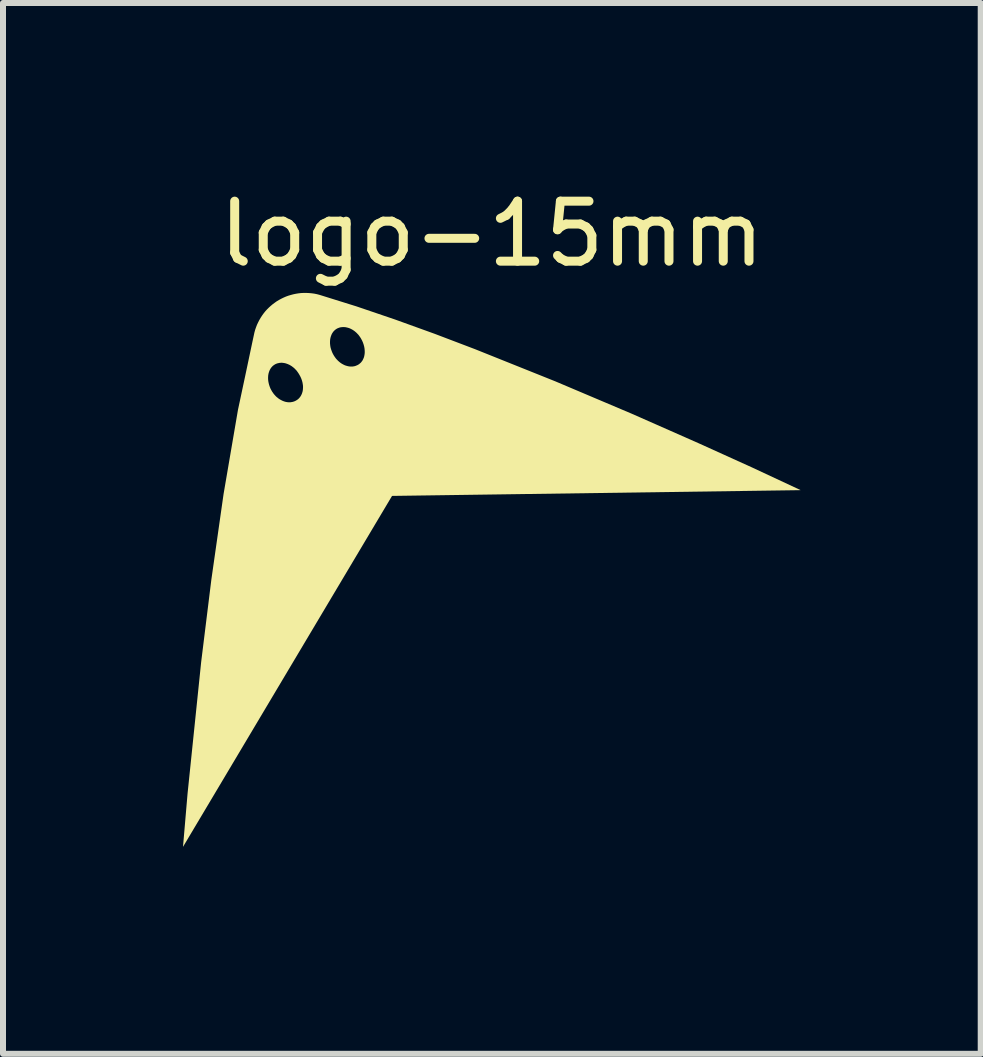
<source format=kicad_pcb>
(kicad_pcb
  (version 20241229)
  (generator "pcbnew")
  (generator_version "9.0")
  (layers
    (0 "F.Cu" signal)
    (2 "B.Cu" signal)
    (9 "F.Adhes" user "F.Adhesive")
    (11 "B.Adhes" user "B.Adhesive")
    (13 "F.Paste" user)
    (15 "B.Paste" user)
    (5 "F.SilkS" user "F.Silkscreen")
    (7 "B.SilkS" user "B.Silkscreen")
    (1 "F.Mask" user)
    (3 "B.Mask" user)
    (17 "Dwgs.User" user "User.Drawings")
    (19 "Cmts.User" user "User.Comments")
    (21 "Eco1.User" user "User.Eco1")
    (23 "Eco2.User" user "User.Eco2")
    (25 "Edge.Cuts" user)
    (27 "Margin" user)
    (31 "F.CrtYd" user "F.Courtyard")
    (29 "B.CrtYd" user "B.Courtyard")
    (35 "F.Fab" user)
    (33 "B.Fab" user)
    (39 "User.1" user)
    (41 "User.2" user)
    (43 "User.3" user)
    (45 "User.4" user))
  (footprint "logo-15mm"
    (layer "F.Cu")
    (at 5.147 6.448)
    (property "Reference" "logo-15mm" (at 0 -5.6 0) (unlocked yes) (layer "F.SilkS") (effects (font (size 1 1) (thickness 0.15))))
    (attr smd board_only exclude_from_bom)
    (fp_poly (pts (xy -0.467 -0.808) (xy -0.464 -0.787) (xy -0.461 -0.767) (xy -0.458 -0.747) (xy -0.456 -0.726) (xy -0.454 -0.706) (xy -0.452 -0.666) (xy -0.451 -0.626) (xy -0.451 -0.585) (xy -0.453 -0.545) (xy -0.456 -0.503) (xy -0.458 -0.469) (xy -0.459 -0.434) (xy -0.459 -0.401) (xy -0.459 -0.368) (xy -0.457 -0.304) (xy -0.453 -0.243) (xy -0.448 -0.185) (xy -0.441 -0.131) (xy -0.433 -0.08) (xy -0.425 -0.034) (xy -0.416 0.008) (xy -0.408 0.045) (xy -0.4 0.078) (xy -0.392 0.105) (xy -0.381 0.142) (xy -0.376 0.155) (xy -0.387 0.15) (xy -0.418 0.134) (xy -0.438 0.122) (xy -0.462 0.106) (xy -0.488 0.086) (xy -0.516 0.063) (xy -0.545 0.036) (xy -0.575 0.006) (xy -0.605 -0.03) (xy -0.634 -0.069) (xy -0.648 -0.09) (xy -0.662 -0.113) (xy -0.676 -0.136) (xy -0.689 -0.161) (xy -0.701 -0.187) (xy -0.712 -0.215) (xy -0.723 -0.243) (xy -0.734 -0.273) (xy -0.741 -0.233) (xy -0.746 -0.192) (xy -0.75 -0.152) (xy -0.753 -0.111) (xy -0.754 -0.071) (xy -0.753 -0.03) (xy -0.751 0.01) (xy -0.748 0.05) (xy -0.739 0.129) (xy -0.725 0.207) (xy -0.707 0.282) (xy -0.686 0.355) (xy -0.662 0.424) (xy -0.637 0.49) (xy -0.61 0.551) (xy -0.582 0.608) (xy -0.553 0.659) (xy -0.525 0.704) (xy -0.498 0.743) (xy -0.472 0.775) (xy -0.519 0.769) (xy -0.566 0.761) (xy -0.613 0.752) (xy -0.66 0.74) (xy -0.707 0.726) (xy -0.755 0.711) (xy -0.849 0.675) (xy -0.942 0.632) (xy -1.035 0.584) (xy -1.126 0.53) (xy -1.215 0.471) (xy -1.302 0.408) (xy -1.386 0.341) (xy -1.468 0.271) (xy -1.546 0.199) (xy -1.621 0.124) (xy -1.692 0.048) (xy -1.759 -0.029) (xy -1.821 -0.106) (xy -1.392 -0.821) (xy -0.472 -0.829)) (stroke (width 0) (type solid)) (fill yes) (layer "F.Mask"))
    (fp_poly (pts (xy -0.448 -0.804) (xy -0.445 -0.784) (xy -0.442 -0.763) (xy -0.439 -0.743) (xy -0.437 -0.723) (xy -0.435 -0.702) (xy -0.433 -0.662) (xy -0.432 -0.622) (xy -0.432 -0.582) (xy -0.434 -0.541) (xy -0.437 -0.5) (xy -0.438 -0.465) (xy -0.44 -0.431) (xy -0.44 -0.397) (xy -0.44 -0.364) (xy -0.438 -0.3) (xy -0.434 -0.239) (xy -0.429 -0.181) (xy -0.422 -0.127) (xy -0.414 -0.077) (xy -0.406 -0.03) (xy -0.397 0.012) (xy -0.389 0.049) (xy -0.38 0.082) (xy -0.373 0.109) (xy -0.362 0.146) (xy -0.357 0.159) (xy -0.368 0.154) (xy -0.399 0.138) (xy -0.419 0.125) (xy -0.443 0.109) (xy -0.469 0.09) (xy -0.497 0.067) (xy -0.526 0.04) (xy -0.556 0.009) (xy -0.586 -0.026) (xy -0.615 -0.065) (xy -0.629 -0.086) (xy -0.643 -0.109) (xy -0.657 -0.133) (xy -0.669 -0.157) (xy -0.682 -0.184) (xy -0.693 -0.211) (xy -0.704 -0.239) (xy -0.714 -0.269) (xy -0.722 -0.229) (xy -0.727 -0.189) (xy -0.731 -0.148) (xy -0.734 -0.107) (xy -0.735 -0.067) (xy -0.734 -0.026) (xy -0.732 0.014) (xy -0.729 0.054) (xy -0.72 0.133) (xy -0.706 0.211) (xy -0.688 0.286) (xy -0.667 0.359) (xy -0.643 0.428) (xy -0.618 0.494) (xy -0.591 0.555) (xy -0.563 0.611) (xy -0.534 0.662) (xy -0.506 0.708) (xy -0.479 0.746) (xy -0.452 0.778) (xy -0.499 0.773) (xy -0.547 0.765) (xy -0.594 0.755) (xy -0.641 0.744) (xy -0.688 0.73) (xy -0.736 0.715) (xy -0.83 0.679) (xy -0.923 0.636) (xy -1.015 0.588) (xy -1.106 0.534) (xy -1.196 0.475) (xy -1.283 0.412) (xy -1.367 0.345) (xy -1.449 0.275) (xy -1.527 0.202) (xy -1.602 0.128) (xy -1.673 0.052) (xy -1.74 -0.025) (xy -1.802 -0.103) (xy -1.373 -0.817) (xy -0.453 -0.825)) (stroke (width 0) (type solid)) (fill yes) (layer "F.Mask"))
    (fp_poly (pts (xy 1.346 0.021) (xy 1.93 0.06) (xy 2.478 0.088) (xy 2.764 0.097) (xy 3.037 0.1) (xy 2.584 0.204) (xy 2.375 0.255) (xy 2.177 0.305) (xy 1.989 0.355) (xy 1.812 0.405) (xy 1.646 0.454) (xy 1.489 0.505) (xy 1.596 0.577) (xy 1.71 0.649) (xy 1.957 0.793) (xy 2.231 0.936) (xy 2.533 1.081) (xy 2.863 1.23) (xy 3.221 1.383) (xy 3.61 1.543) (xy 4.029 1.711) (xy 3.561 1.642) (xy 3.126 1.582) (xy 2.723 1.534) (xy 2.349 1.498) (xy 2.003 1.476) (xy 1.84 1.471) (xy 1.684 1.469) (xy 1.533 1.472) (xy 1.389 1.478) (xy 1.25 1.489) (xy 1.116 1.505) (xy 1.225 1.641) (xy 1.344 1.781) (xy 1.472 1.926) (xy 1.61 2.077) (xy 1.758 2.235) (xy 1.915 2.399) (xy 2.259 2.751) (xy 2.058 2.624) (xy 1.866 2.504) (xy 1.682 2.392) (xy 1.506 2.287) (xy 1.338 2.189) (xy 1.177 2.099) (xy 1.024 2.017) (xy 0.878 1.941) (xy 0.901 2.07) (xy 0.93 2.202) (xy 1.003 2.48) (xy 1.096 2.775) (xy 1.207 3.091) (xy 1.337 3.429) (xy 1.483 3.791) (xy 1.822 4.593) (xy 1.537 4.212) (xy 1.27 3.863) (xy 1.018 3.543) (xy 0.897 3.394) (xy 0.78 3.253) (xy 0.664 3.119) (xy 0.552 2.992) (xy 0.441 2.872) (xy 0.332 2.76) (xy 0.225 2.654) (xy 0.119 2.555) (xy 0.014 2.463) (xy -0.091 2.378) (xy -0.11 2.55) (xy -0.126 2.731) (xy -0.14 2.924) (xy -0.151 3.128) (xy -0.159 3.344) (xy -0.165 3.572) (xy -0.17 4.069) (xy -0.273 3.616) (xy -0.323 3.407) (xy -0.372 3.208) (xy -0.422 3.021) (xy -0.471 2.844) (xy -0.522 2.678) (xy -0.575 2.521) (xy -0.647 2.628) (xy -0.719 2.742) (xy -0.863 2.989) (xy -1.006 3.263) (xy -1.151 3.565) (xy -1.3 3.894) (xy -1.453 4.253) (xy -1.613 4.642) (xy -1.781 5.061) (xy -1.714 4.593) (xy -1.656 4.158) (xy -1.609 3.755) (xy -1.573 3.381) (xy -1.55 3.035) (xy -1.543 2.872) (xy -1.54 2.716) (xy -1.541 2.565) (xy -1.546 2.42) (xy -1.554 2.281) (xy -1.567 2.148) (xy -1.7 2.257) (xy -1.839 2.374) (xy -1.983 2.502) (xy -2.133 2.639) (xy -2.291 2.786) (xy -2.457 2.944) (xy -2.813 3.291) (xy -2.678 3.074) (xy -2.539 2.844) (xy -2.403 2.613) (xy -2.277 2.395) (xy -2.003 1.91) (xy -3.067 2.013) (xy -2.17 0.497) (xy -2.157 0.574) (xy -2.139 0.649) (xy -2.115 0.722) (xy -2.087 0.792) (xy -2.055 0.859) (xy -2.018 0.924) (xy -1.978 0.987) (xy -1.934 1.047) (xy -1.888 1.105) (xy -1.839 1.16) (xy -1.787 1.212) (xy -1.733 1.263) (xy -1.678 1.31) (xy -1.621 1.356) (xy -1.504 1.439) (xy -1.386 1.514) (xy -1.268 1.578) (xy -1.154 1.634) (xy -1.046 1.68) (xy -0.947 1.717) (xy -0.858 1.745) (xy -0.784 1.764) (xy -0.726 1.775) (xy -0.755 1.754) (xy -0.784 1.73) (xy -0.812 1.703) (xy -0.839 1.674) (xy -0.864 1.642) (xy -0.888 1.608) (xy -0.91 1.573) (xy -0.929 1.537) (xy -0.946 1.499) (xy -0.96 1.46) (xy -0.971 1.421) (xy -0.979 1.382) (xy -0.982 1.362) (xy -0.983 1.342) (xy -0.984 1.323) (xy -0.984 1.303) (xy -0.982 1.284) (xy -0.98 1.265) (xy -0.976 1.246) (xy -0.972 1.227) (xy -0.903 1.294) (xy -0.836 1.355) (xy -0.768 1.412) (xy -0.702 1.464) (xy -0.636 1.512) (xy -0.572 1.555) (xy -0.508 1.595) (xy -0.445 1.63) (xy -0.384 1.662) (xy -0.324 1.69) (xy -0.266 1.715) (xy -0.209 1.737) (xy -0.154 1.756) (xy -0.1 1.773) (xy -0.049 1.786) (xy 0.001 1.798) (xy 0.048 1.807) (xy 0.093 1.814) (xy 0.176 1.823) (xy 0.248 1.827) (xy 0.31 1.826) (xy 0.359 1.823) (xy 0.395 1.819) (xy 0.425 1.814) (xy 0.396 1.775) (xy 0.368 1.734) (xy 0.319 1.648) (xy 0.278 1.558) (xy 0.243 1.463) (xy 0.215 1.365) (xy 0.194 1.263) (xy 0.177 1.159) (xy 0.166 1.052) (xy 0.16 0.945) (xy 0.158 0.836) (xy 0.16 0.727) (xy 0.165 0.618) (xy 0.173 0.51) (xy 0.184 0.403) (xy 0.211 0.195) (xy 0.254 0.258) (xy 0.295 0.315) (xy 0.316 0.342) (xy 0.336 0.369) (xy 0.357 0.394) (xy 0.379 0.418) (xy 0.401 0.442) (xy 0.425 0.466) (xy 0.449 0.489) (xy 0.476 0.511) (xy 0.504 0.533) (xy 0.533 0.556) (xy 0.566 0.578) (xy 0.6 0.6) (xy 0.57 0.537) (xy 0.546 0.472) (xy 0.527 0.406) (xy 0.512 0.338) (xy 0.501 0.27) (xy 0.492 0.201) (xy 0.48 0.06) (xy 0.471 -0.082) (xy 0.458 -0.224) (xy 0.449 -0.294) (xy 0.437 -0.365) (xy 0.421 -0.434) (xy 0.402 -0.503) (xy 0.381 -0.555) (xy 0.361 -0.604) (xy 0.341 -0.649) (xy 0.321 -0.692) (xy 0.301 -0.732) (xy 0.28 -0.771) (xy 0.258 -0.808) (xy 0.247 -0.827) (xy 0.235 -0.845) (xy 2.045 -0.868)) (stroke (width 0) (type solid)) (fill yes) (layer "F.Mask"))
    (fp_poly (pts (xy 1.365 0.024) (xy 1.949 0.064) (xy 2.497 0.091) (xy 2.783 0.1) (xy 3.056 0.104) (xy 2.603 0.208) (xy 2.394 0.259) (xy 2.196 0.309) (xy 2.008 0.359) (xy 1.831 0.408) (xy 1.665 0.458) (xy 1.508 0.509) (xy 1.615 0.581) (xy 1.729 0.653) (xy 1.976 0.796) (xy 2.25 0.94) (xy 2.552 1.085) (xy 2.882 1.234) (xy 3.24 1.387) (xy 3.629 1.547) (xy 4.048 1.715) (xy 3.58 1.645) (xy 3.145 1.586) (xy 2.742 1.537) (xy 2.368 1.502) (xy 2.023 1.48) (xy 1.86 1.474) (xy 1.703 1.473) (xy 1.552 1.475) (xy 1.408 1.482) (xy 1.269 1.493) (xy 1.135 1.509) (xy 1.244 1.645) (xy 1.363 1.785) (xy 1.491 1.93) (xy 1.629 2.081) (xy 1.777 2.238) (xy 1.934 2.403) (xy 2.278 2.755) (xy 2.077 2.628) (xy 1.885 2.508) (xy 1.701 2.395) (xy 1.525 2.291) (xy 1.357 2.193) (xy 1.196 2.103) (xy 1.043 2.02) (xy 0.897 1.945) (xy 0.92 2.074) (xy 0.949 2.206) (xy 1.022 2.483) (xy 1.115 2.779) (xy 1.226 3.095) (xy 1.356 3.433) (xy 1.502 3.795) (xy 1.841 4.596) (xy 1.556 4.216) (xy 1.289 3.866) (xy 1.037 3.547) (xy 0.917 3.398) (xy 0.799 3.257) (xy 0.683 3.123) (xy 0.571 2.996) (xy 0.46 2.876) (xy 0.351 2.764) (xy 0.244 2.658) (xy 0.138 2.559) (xy 0.033 2.467) (xy -0.071 2.382) (xy -0.091 2.553) (xy -0.107 2.735) (xy -0.121 2.928) (xy -0.132 3.132) (xy -0.14 3.348) (xy -0.146 3.576) (xy -0.151 4.072) (xy -0.254 3.62) (xy -0.304 3.41) (xy -0.353 3.212) (xy -0.402 3.025) (xy -0.452 2.848) (xy -0.503 2.681) (xy -0.556 2.525) (xy -0.628 2.632) (xy -0.7 2.746) (xy -0.844 2.993) (xy -0.987 3.267) (xy -1.132 3.568) (xy -1.281 3.898) (xy -1.434 4.257) (xy -1.594 4.646) (xy -1.762 5.065) (xy -1.695 4.597) (xy -1.637 4.162) (xy -1.59 3.759) (xy -1.554 3.385) (xy -1.531 3.039) (xy -1.524 2.876) (xy -1.521 2.719) (xy -1.522 2.569) (xy -1.526 2.424) (xy -1.535 2.285) (xy -1.548 2.152) (xy -1.681 2.26) (xy -1.82 2.378) (xy -1.964 2.506) (xy -2.114 2.643) (xy -2.272 2.79) (xy -2.437 2.947) (xy -2.794 3.295) (xy -2.659 3.078) (xy -2.52 2.848) (xy -2.384 2.617) (xy -2.258 2.399) (xy -1.984 1.913) (xy -3.048 2.017) (xy -2.151 0.501) (xy -2.138 0.578) (xy -2.119 0.653) (xy -2.096 0.726) (xy -2.068 0.796) (xy -2.035 0.863) (xy -1.999 0.928) (xy -1.959 0.991) (xy -1.915 1.051) (xy -1.869 1.108) (xy -1.82 1.163) (xy -1.768 1.216) (xy -1.714 1.266) (xy -1.659 1.314) (xy -1.602 1.36) (xy -1.485 1.443) (xy -1.367 1.517) (xy -1.249 1.582) (xy -1.135 1.638) (xy -1.027 1.684) (xy -0.928 1.721) (xy -0.839 1.749) (xy -0.765 1.768) (xy -0.707 1.779) (xy -0.736 1.758) (xy -0.765 1.734) (xy -0.793 1.707) (xy -0.82 1.677) (xy -0.845 1.646) (xy -0.869 1.612) (xy -0.89 1.577) (xy -0.91 1.54) (xy -0.927 1.503) (xy -0.941 1.464) (xy -0.952 1.425) (xy -0.96 1.386) (xy -0.962 1.366) (xy -0.964 1.346) (xy -0.965 1.327) (xy -0.964 1.307) (xy -0.963 1.288) (xy -0.961 1.269) (xy -0.957 1.25) (xy -0.953 1.231) (xy -0.884 1.297) (xy -0.817 1.359) (xy -0.749 1.416) (xy -0.683 1.468) (xy -0.617 1.516) (xy -0.552 1.559) (xy -0.489 1.599) (xy -0.426 1.634) (xy -0.365 1.666) (xy -0.305 1.694) (xy -0.247 1.719) (xy -0.19 1.741) (xy -0.134 1.76) (xy -0.081 1.776) (xy -0.03 1.79) (xy 0.02 1.801) (xy 0.067 1.811) (xy 0.112 1.818) (xy 0.195 1.827) (xy 0.268 1.831) (xy 0.329 1.83) (xy 0.378 1.827) (xy 0.414 1.823) (xy 0.444 1.818) (xy 0.415 1.779) (xy 0.388 1.738) (xy 0.339 1.652) (xy 0.297 1.562) (xy 0.262 1.467) (xy 0.235 1.368) (xy 0.213 1.267) (xy 0.196 1.163) (xy 0.185 1.056) (xy 0.179 0.948) (xy 0.177 0.84) (xy 0.179 0.731) (xy 0.184 0.622) (xy 0.193 0.513) (xy 0.203 0.407) (xy 0.23 0.199) (xy 0.273 0.262) (xy 0.314 0.319) (xy 0.335 0.346) (xy 0.355 0.372) (xy 0.376 0.398) (xy 0.398 0.422) (xy 0.42 0.446) (xy 0.444 0.469) (xy 0.468 0.492) (xy 0.495 0.515) (xy 0.523 0.537) (xy 0.553 0.559) (xy 0.585 0.582) (xy 0.619 0.604) (xy 0.589 0.54) (xy 0.565 0.476) (xy 0.546 0.409) (xy 0.531 0.342) (xy 0.52 0.274) (xy 0.511 0.204) (xy 0.499 0.064) (xy 0.49 -0.078) (xy 0.477 -0.22) (xy 0.468 -0.291) (xy 0.456 -0.361) (xy 0.441 -0.431) (xy 0.421 -0.5) (xy 0.4 -0.551) (xy 0.38 -0.6) (xy 0.36 -0.645) (xy 0.34 -0.688) (xy 0.32 -0.729) (xy 0.299 -0.767) (xy 0.277 -0.805) (xy 0.266 -0.823) (xy 0.254 -0.841) (xy 2.064 -0.865)) (stroke (width 0) (type solid)) (fill yes) (layer "F.Mask"))
    (fp_poly (pts (xy -3.048 -4.614) (xy -3.003 -4.61) (xy -2.959 -4.604) (xy -2.914 -4.595) (xy -2.869 -4.583) (xy -2.257 -4.392) (xy -1.616 -4.174) (xy -0.954 -3.935) (xy -0.281 -3.679) (xy 1.059 -3.142) (xy 2.327 -2.605) (xy 3.446 -2.111) (xy 4.34 -1.706) (xy 5.147 -1.329) (xy -1.663 -1.233) (xy -5.147 4.616) (xy -5.071 3.728) (xy -4.844 1.533) (xy -4.675 0.166) (xy -4.471 -1.264) (xy -4.231 -2.667) (xy -4.115 -3.211) (xy -3.729 -3.211) (xy -3.729 -3.18) (xy -3.726 -3.148) (xy -3.72 -3.116) (xy -3.712 -3.084) (xy -3.701 -3.051) (xy -3.688 -3.019) (xy -3.671 -2.988) (xy -3.662 -2.972) (xy -3.652 -2.958) (xy -3.642 -2.943) (xy -3.632 -2.93) (xy -3.621 -2.917) (xy -3.609 -2.904) (xy -3.598 -2.892) (xy -3.586 -2.881) (xy -3.573 -2.871) (xy -3.561 -2.861) (xy -3.548 -2.851) (xy -3.535 -2.843) (xy -3.521 -2.835) (xy -3.508 -2.828) (xy -3.494 -2.821) (xy -3.481 -2.815) (xy -3.467 -2.81) (xy -3.453 -2.805) (xy -3.439 -2.801) (xy -3.425 -2.798) (xy -3.411 -2.796) (xy -3.397 -2.794) (xy -3.383 -2.794) (xy -3.37 -2.793) (xy -3.356 -2.794) (xy -3.343 -2.796) (xy -3.329 -2.798) (xy -3.316 -2.801) (xy -3.303 -2.805) (xy -3.291 -2.809) (xy -3.278 -2.815) (xy -3.266 -2.821) (xy -3.254 -2.828) (xy -3.242 -2.836) (xy -3.231 -2.844) (xy -3.221 -2.853) (xy -3.211 -2.863) (xy -3.202 -2.874) (xy -3.194 -2.884) (xy -3.186 -2.896) (xy -3.179 -2.908) (xy -3.173 -2.92) (xy -3.167 -2.933) (xy -3.162 -2.947) (xy -3.158 -2.96) (xy -3.154 -2.974) (xy -3.151 -2.989) (xy -3.149 -3.004) (xy -3.147 -3.034) (xy -3.147 -3.065) (xy -3.151 -3.097) (xy -3.157 -3.129) (xy -3.166 -3.161) (xy -3.178 -3.194) (xy -3.193 -3.226) (xy -3.211 -3.258) (xy -3.22 -3.273) (xy -3.23 -3.288) (xy -3.24 -3.302) (xy -3.25 -3.316) (xy -3.261 -3.329) (xy -3.273 -3.341) (xy -3.284 -3.353) (xy -3.296 -3.364) (xy -3.309 -3.375) (xy -3.321 -3.384) (xy -3.334 -3.394) (xy -3.347 -3.402) (xy -3.36 -3.41) (xy -3.374 -3.418) (xy -3.388 -3.424) (xy -3.401 -3.43) (xy -3.415 -3.435) (xy -3.429 -3.44) (xy -3.443 -3.444) (xy -3.457 -3.447) (xy -3.471 -3.449) (xy -3.485 -3.451) (xy -3.498 -3.452) (xy -3.512 -3.452) (xy -3.526 -3.451) (xy -3.539 -3.45) (xy -3.552 -3.447) (xy -3.566 -3.444) (xy -3.578 -3.441) (xy -3.591 -3.436) (xy -3.603 -3.431) (xy -3.616 -3.424) (xy -3.627 -3.417) (xy -3.638 -3.409) (xy -3.649 -3.401) (xy -3.658 -3.392) (xy -3.667 -3.382) (xy -3.676 -3.372) (xy -3.684 -3.361) (xy -3.691 -3.349) (xy -3.698 -3.337) (xy -3.704 -3.325) (xy -3.709 -3.312) (xy -3.714 -3.299) (xy -3.722 -3.271) (xy -3.727 -3.242) (xy -3.729 -3.211) (xy -4.115 -3.211) (xy -3.989 -3.807) (xy -2.697 -3.807) (xy -2.697 -3.776) (xy -2.694 -3.744) (xy -2.689 -3.711) (xy -2.68 -3.679) (xy -2.669 -3.647) (xy -2.656 -3.615) (xy -2.639 -3.583) (xy -2.63 -3.568) (xy -2.62 -3.553) (xy -2.61 -3.539) (xy -2.6 -3.525) (xy -2.589 -3.512) (xy -2.577 -3.5) (xy -2.566 -3.488) (xy -2.554 -3.477) (xy -2.541 -3.466) (xy -2.529 -3.456) (xy -2.516 -3.447) (xy -2.503 -3.438) (xy -2.489 -3.43) (xy -2.476 -3.423) (xy -2.462 -3.416) (xy -2.449 -3.41) (xy -2.435 -3.405) (xy -2.421 -3.401) (xy -2.407 -3.397) (xy -2.393 -3.394) (xy -2.379 -3.391) (xy -2.365 -3.39) (xy -2.352 -3.389) (xy -2.338 -3.389) (xy -2.324 -3.389) (xy -2.311 -3.391) (xy -2.297 -3.393) (xy -2.284 -3.396) (xy -2.271 -3.4) (xy -2.259 -3.405) (xy -2.246 -3.41) (xy -2.234 -3.416) (xy -2.222 -3.423) (xy -2.21 -3.431) (xy -2.2 -3.44) (xy -2.189 -3.449) (xy -2.18 -3.458) (xy -2.171 -3.469) (xy -2.163 -3.48) (xy -2.155 -3.491) (xy -2.149 -3.503) (xy -2.143 -3.516) (xy -2.137 -3.529) (xy -2.132 -3.542) (xy -2.128 -3.556) (xy -2.125 -3.57) (xy -2.12 -3.599) (xy -2.118 -3.629) (xy -2.119 -3.66) (xy -2.122 -3.692) (xy -2.128 -3.724) (xy -2.137 -3.757) (xy -2.148 -3.789) (xy -2.162 -3.821) (xy -2.179 -3.853) (xy -2.188 -3.868) (xy -2.198 -3.883) (xy -2.208 -3.897) (xy -2.218 -3.911) (xy -2.229 -3.924) (xy -2.241 -3.936) (xy -2.252 -3.948) (xy -2.264 -3.959) (xy -2.277 -3.97) (xy -2.289 -3.98) (xy -2.302 -3.989) (xy -2.315 -3.998) (xy -2.329 -4.006) (xy -2.342 -4.013) (xy -2.356 -4.02) (xy -2.369 -4.026) (xy -2.383 -4.031) (xy -2.397 -4.035) (xy -2.411 -4.039) (xy -2.425 -4.042) (xy -2.439 -4.045) (xy -2.453 -4.046) (xy -2.466 -4.047) (xy -2.48 -4.047) (xy -2.494 -4.046) (xy -2.507 -4.045) (xy -2.521 -4.043) (xy -2.534 -4.04) (xy -2.547 -4.036) (xy -2.559 -4.031) (xy -2.572 -4.026) (xy -2.584 -4.02) (xy -2.595 -4.012) (xy -2.606 -4.005) (xy -2.617 -3.996) (xy -2.626 -3.987) (xy -2.636 -3.977) (xy -2.644 -3.967) (xy -2.652 -3.956) (xy -2.659 -3.945) (xy -2.666 -3.933) (xy -2.672 -3.92) (xy -2.677 -3.907) (xy -2.682 -3.894) (xy -2.69 -3.866) (xy -2.695 -3.837) (xy -2.697 -3.807) (xy -3.989 -3.807) (xy -3.957 -3.956) (xy -3.945 -4) (xy -3.93 -4.043) (xy -3.914 -4.085) (xy -3.895 -4.125) (xy -3.875 -4.164) (xy -3.853 -4.202) (xy -3.829 -4.239) (xy -3.804 -4.274) (xy -3.777 -4.308) (xy -3.748 -4.34) (xy -3.718 -4.37) (xy -3.686 -4.399) (xy -3.653 -4.427) (xy -3.619 -4.452) (xy -3.584 -4.477) (xy -3.547 -4.499) (xy -3.51 -4.519) (xy -3.471 -4.538) (xy -3.432 -4.555) (xy -3.391 -4.57) (xy -3.35 -4.582) (xy -3.309 -4.593) (xy -3.266 -4.602) (xy -3.223 -4.609) (xy -3.18 -4.614) (xy -3.136 -4.616) (xy -3.092 -4.616)) (stroke (width 0) (type solid)) (fill yes) (layer "F.SilkS")))
  (gr_rect
    (start -3 -3)
    (end 13.295 14.513)
    (stroke (width 0.1) (type default))
    (fill no)
    (layer "Edge.Cuts")))
</source>
